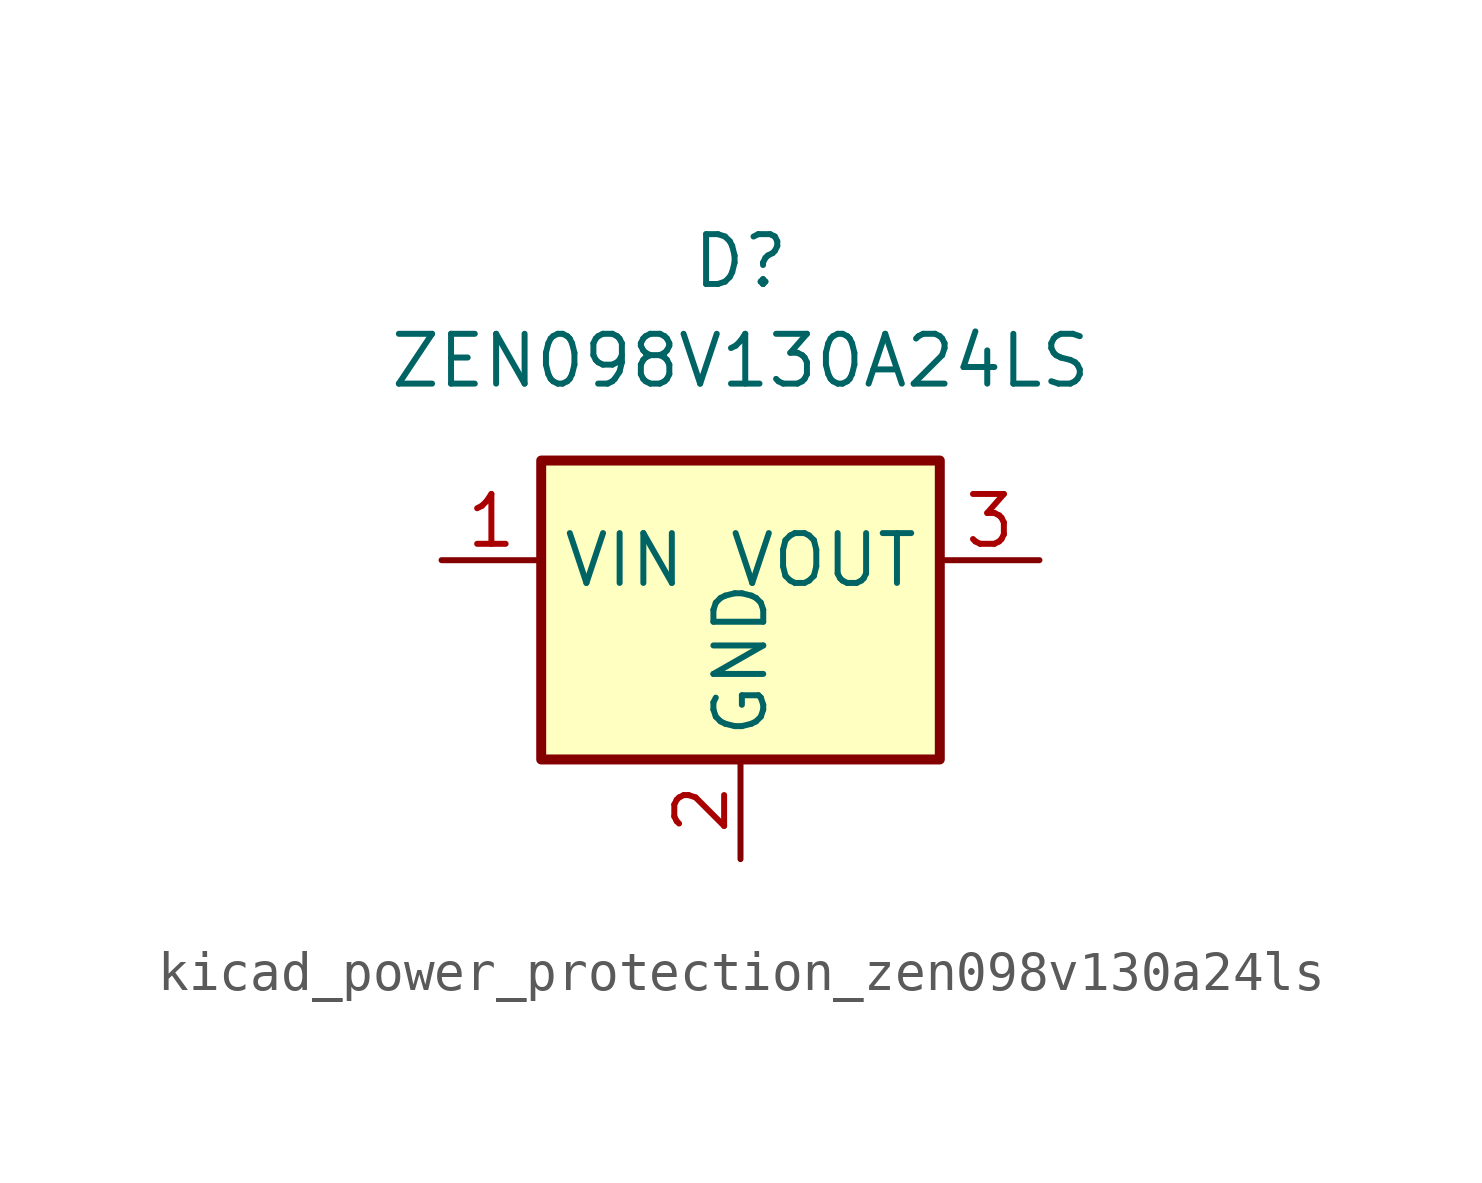
<source format=kicad_sym>
(kicad_symbol_lib
  (version 20220914)
  (generator kicad_symbol_editor)
  (symbol "kicad_power_protection_zen098v130a24ls"
    (property "Reference" "D"
      (at 0 10.16 0)
      (effects (font (size 1.27 1.27))))
    (property "Value" "ZEN098V130A24LS"
      (at 0 7.62 0)
      (effects (font (size 1.27 1.27))))
    (symbol "kicad_power_protection_zen098v130a24ls_0_1"
      (rectangle (start -5.08 5.08) (end 5.08 -2.54) (stroke (width 0.254) (type default)) (fill (type background))))
    (symbol "kicad_power_protection_zen098v130a24ls_1_1"
      (pin passive line (at -7.62 2.54 0) (length 2.54) (name "VIN" (effects (font (size 1.27 1.27)))) (number "1" (effects (font (size 1.27 1.27)))))
      (pin power_in line (at 0 -5.08 90) (length 2.54) (name "GND" (effects (font (size 1.27 1.27)))) (number "2" (effects (font (size 1.27 1.27)))))
      (pin passive line (at 7.62 2.54 180) (length 2.54) (name "VOUT" (effects (font (size 1.27 1.27)))) (number "3" (effects (font (size 1.27 1.27))))))))
</source>
